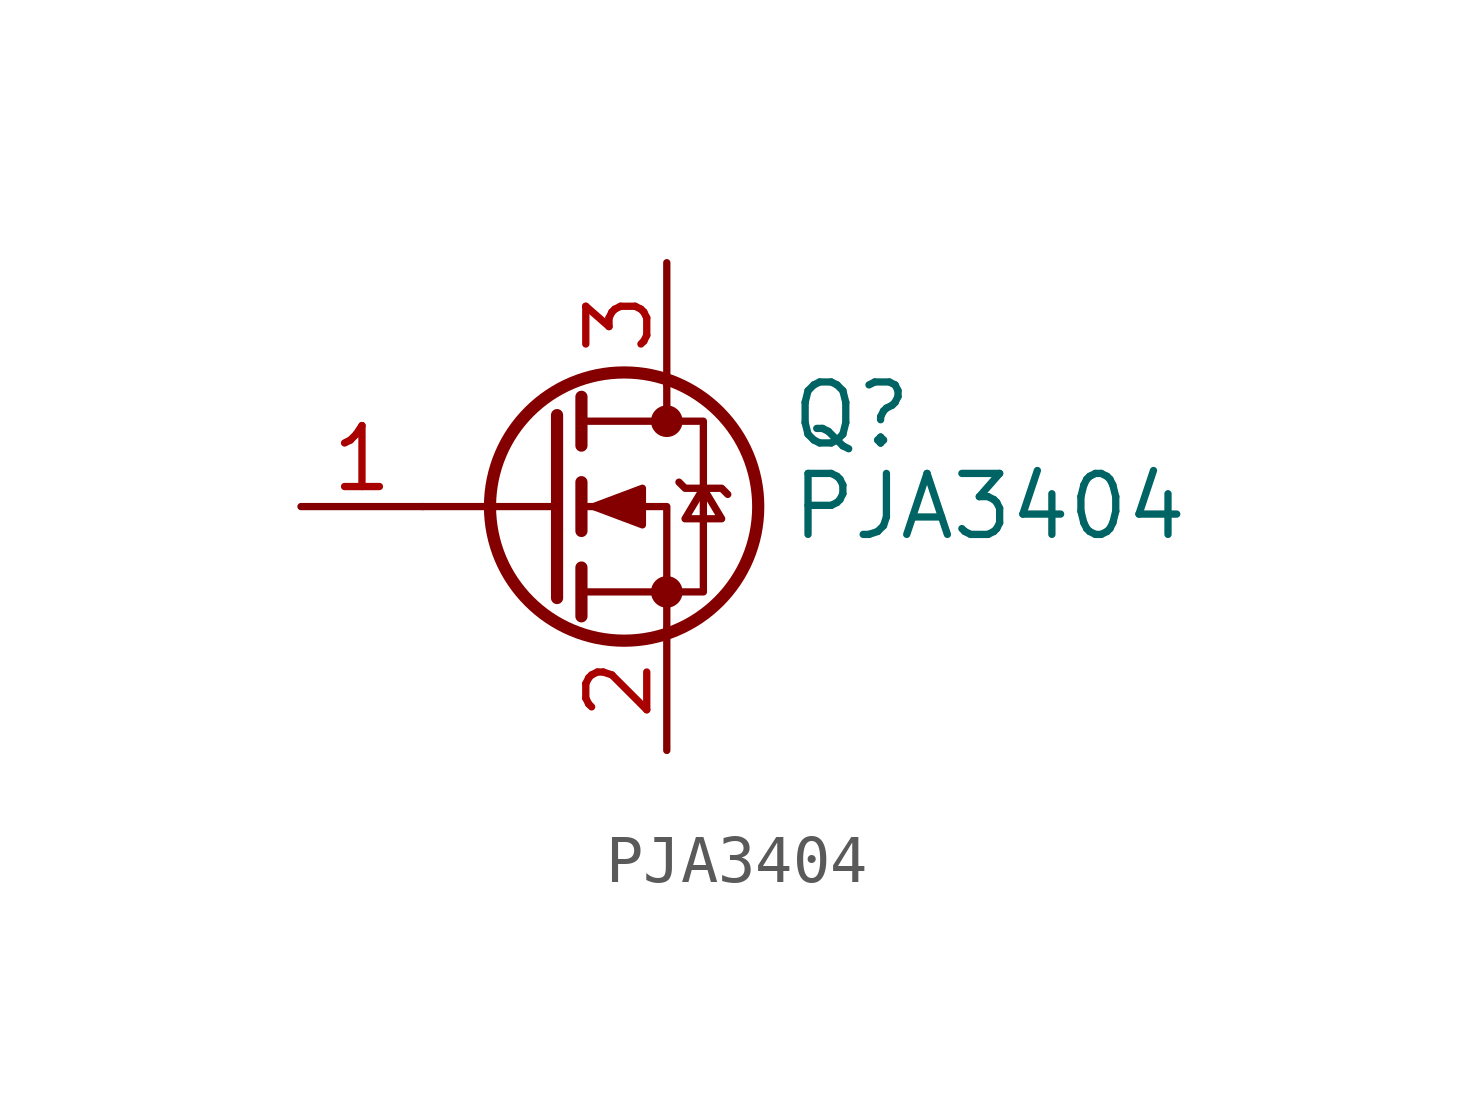
<source format=kicad_sym>
(kicad_symbol_lib
  (version 20211014)
  (generator kicad_symbol_editor)
  (symbol "PJA3404"
    (pin_names hide)
    (property "Reference" "Q"
      (at 5.08 1.905 0)
      (effects (font (size 1.27 1.27)) (justify left)))
    (property "Value" "PJA3404"
      (at 5.08 0 0)
      (effects (font (size 1.27 1.27)) (justify left)))
    (symbol "PJA3404_0_1"
      (polyline (pts (xy 0.254 0) (xy -2.54 0)) (stroke (width 0) (type default) (color 0 0 0 0)) (fill (type none)))
      (polyline (pts (xy 0.254 1.905) (xy 0.254 -1.905)) (stroke (width 0.254) (type default) (color 0 0 0 0)) (fill (type none)))
      (polyline (pts (xy 0.762 -1.27) (xy 0.762 -2.286)) (stroke (width 0.254) (type default) (color 0 0 0 0)) (fill (type none)))
      (polyline (pts (xy 0.762 0.508) (xy 0.762 -0.508)) (stroke (width 0.254) (type default) (color 0 0 0 0)) (fill (type none)))
      (polyline (pts (xy 0.762 2.286) (xy 0.762 1.27)) (stroke (width 0.254) (type default) (color 0 0 0 0)) (fill (type none)))
      (polyline (pts (xy 2.54 2.54) (xy 2.54 1.778)) (stroke (width 0) (type default) (color 0 0 0 0)) (fill (type none)))
      (polyline (pts (xy 2.54 -2.54) (xy 2.54 0) (xy 0.762 0)) (stroke (width 0) (type default) (color 0 0 0 0)) (fill (type none)))
      (polyline (pts (xy 0.762 -1.778) (xy 3.302 -1.778) (xy 3.302 1.778) (xy 0.762 1.778)) (stroke (width 0) (type default) (color 0 0 0 0)) (fill (type none)))
      (polyline (pts (xy 1.016 0) (xy 2.032 0.381) (xy 2.032 -0.381) (xy 1.016 0)) (stroke (width 0) (type default) (color 0 0 0 0)) (fill (type outline)))
      (polyline (pts (xy 2.794 0.508) (xy 2.921 0.381) (xy 3.683 0.381) (xy 3.81 0.254)) (stroke (width 0) (type default) (color 0 0 0 0)) (fill (type none)))
      (polyline (pts (xy 3.302 0.381) (xy 2.921 -0.254) (xy 3.683 -0.254) (xy 3.302 0.381)) (stroke (width 0) (type default) (color 0 0 0 0)) (fill (type none)))
      (circle (center 1.651 0) (radius 2.794) (stroke (width 0.254) (type default) (color 0 0 0 0)) (fill (type none)))
      (circle (center 2.54 -1.778) (radius 0.254) (stroke (width 0) (type default) (color 0 0 0 0)) (fill (type outline)))
      (circle (center 2.54 1.778) (radius 0.254) (stroke (width 0) (type default) (color 0 0 0 0)) (fill (type outline))))
    (symbol "PJA3404_1_1"
      (pin input line (at -5.08 0 0) (length 2.54) (name "G" (effects (font (size 1.27 1.27)))) (number "1" (effects (font (size 1.27 1.27)))))
      (pin passive line (at 2.54 -5.08 90) (length 2.54) (name "S" (effects (font (size 1.27 1.27)))) (number "2" (effects (font (size 1.27 1.27)))))
      (pin passive line (at 2.54 5.08 270) (length 2.54) (name "D" (effects (font (size 1.27 1.27)))) (number "3" (effects (font (size 1.27 1.27))))))))
</source>
